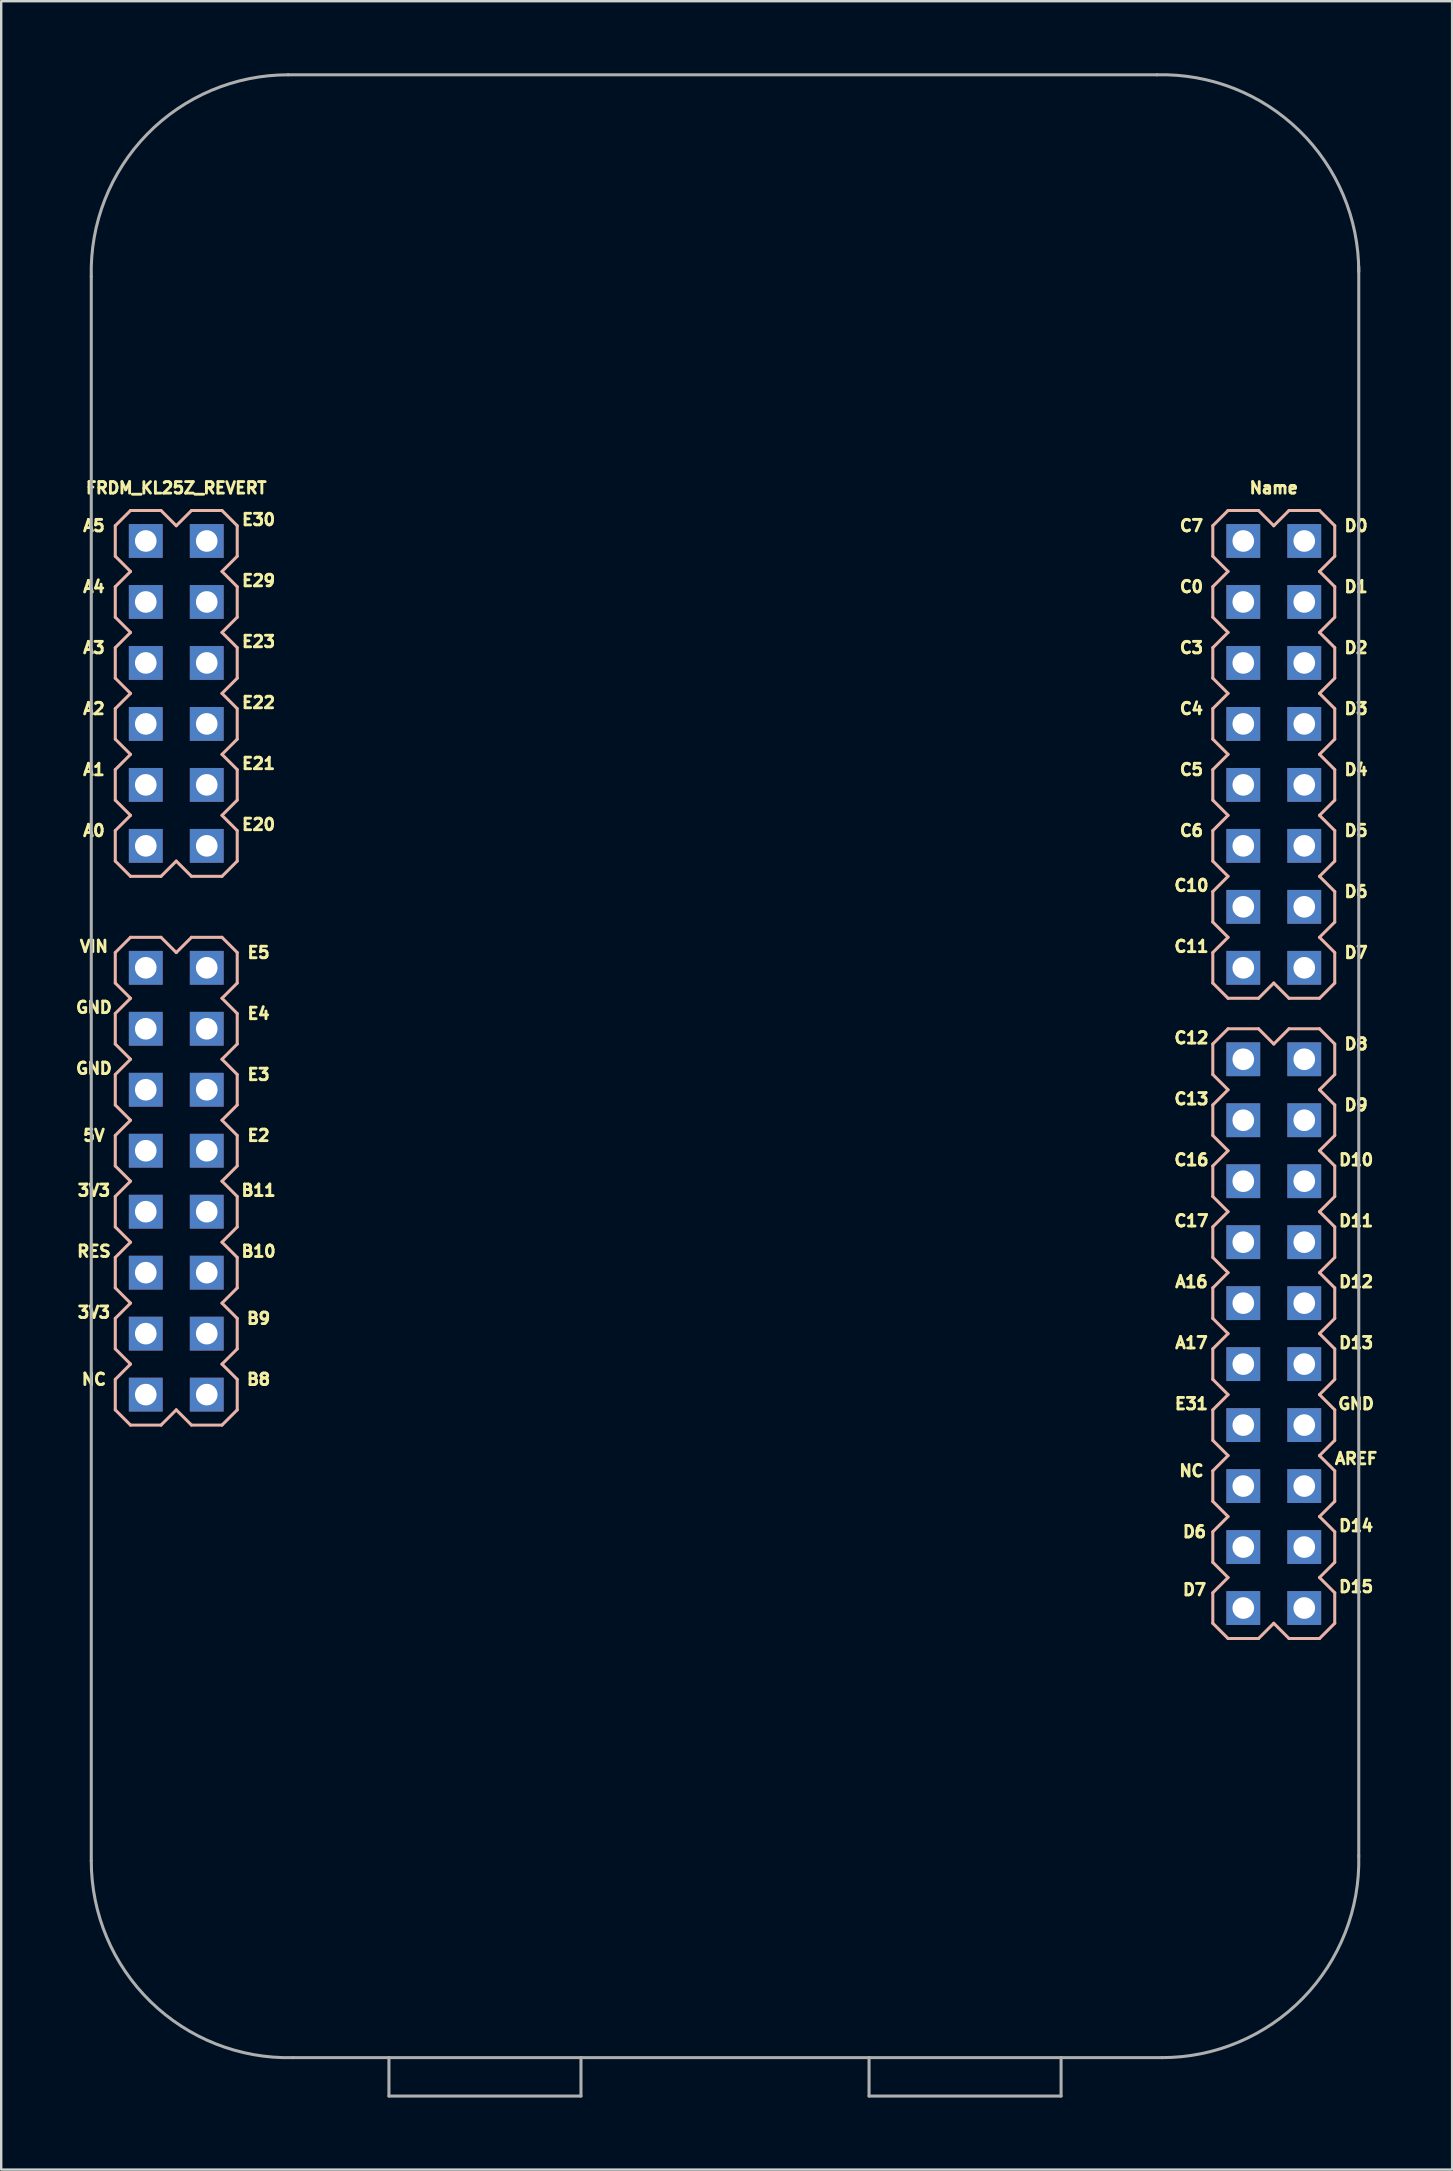
<source format=kicad_pcb>
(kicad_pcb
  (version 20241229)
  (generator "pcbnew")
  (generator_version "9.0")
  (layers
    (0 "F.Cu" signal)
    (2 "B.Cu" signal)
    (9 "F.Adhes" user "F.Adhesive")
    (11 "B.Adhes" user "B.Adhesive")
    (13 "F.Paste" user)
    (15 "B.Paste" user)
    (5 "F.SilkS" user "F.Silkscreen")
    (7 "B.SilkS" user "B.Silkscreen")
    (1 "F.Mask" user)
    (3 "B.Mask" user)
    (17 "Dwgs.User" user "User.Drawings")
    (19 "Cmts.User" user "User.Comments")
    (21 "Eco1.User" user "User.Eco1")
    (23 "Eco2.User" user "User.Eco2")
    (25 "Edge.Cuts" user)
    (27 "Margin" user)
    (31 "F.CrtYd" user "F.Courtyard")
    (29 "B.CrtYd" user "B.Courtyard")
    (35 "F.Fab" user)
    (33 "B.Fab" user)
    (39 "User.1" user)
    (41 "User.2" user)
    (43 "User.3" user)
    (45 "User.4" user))
  (footprint "FRDM_KL25Z_REVERT"
    (layer "F.Cu")
    (at 27.152 37.266)
    (property "Reference" "FRDM_KL25Z_REVERT" (at -22.86 -19.99 0) (layer "F.SilkS") (effects (font (size 0.48 0.48) (thickness 0.15))))
    (attr through_hole)
    (fp_line (start -25.4 -18.415) (end -25.4 -17.145) (stroke (width 0.127) (type solid)) (layer "B.SilkS"))
    (fp_line (start -25.4 -17.145) (end -24.765 -16.51) (stroke (width 0.127) (type solid)) (layer "B.SilkS"))
    (fp_line (start -25.4 -15.875) (end -25.4 -14.605) (stroke (width 0.127) (type solid)) (layer "B.SilkS"))
    (fp_line (start -25.4 -14.605) (end -24.765 -13.97) (stroke (width 0.127) (type solid)) (layer "B.SilkS"))
    (fp_line (start -25.4 -13.335) (end -25.4 -12.065) (stroke (width 0.127) (type solid)) (layer "B.SilkS"))
    (fp_line (start -25.4 -12.065) (end -24.765 -11.43) (stroke (width 0.127) (type solid)) (layer "B.SilkS"))
    (fp_line (start -25.4 -10.795) (end -25.4 -9.525) (stroke (width 0.127) (type solid)) (layer "B.SilkS"))
    (fp_line (start -25.4 -9.525) (end -24.765 -8.89) (stroke (width 0.127) (type solid)) (layer "B.SilkS"))
    (fp_line (start -25.4 -8.255) (end -25.4 -6.985) (stroke (width 0.127) (type solid)) (layer "B.SilkS"))
    (fp_line (start -25.4 -6.985) (end -24.765 -6.35) (stroke (width 0.127) (type solid)) (layer "B.SilkS"))
    (fp_line (start -25.4 -5.715) (end -25.4 -4.445) (stroke (width 0.127) (type solid)) (layer "B.SilkS"))
    (fp_line (start -25.4 -4.445) (end -24.765 -3.81) (stroke (width 0.127) (type solid)) (layer "B.SilkS"))
    (fp_line (start -25.4 -0.635) (end -24.765 -1.27) (stroke (width 0.127) (type solid)) (layer "B.SilkS"))
    (fp_line (start -25.4 0.635) (end -25.4 -0.635) (stroke (width 0.127) (type solid)) (layer "B.SilkS"))
    (fp_line (start -25.4 1.905) (end -24.765 1.27) (stroke (width 0.127) (type solid)) (layer "B.SilkS"))
    (fp_line (start -25.4 3.175) (end -25.4 1.905) (stroke (width 0.127) (type solid)) (layer "B.SilkS"))
    (fp_line (start -25.4 4.445) (end -24.765 3.81) (stroke (width 0.127) (type solid)) (layer "B.SilkS"))
    (fp_line (start -25.4 5.715) (end -25.4 4.445) (stroke (width 0.127) (type solid)) (layer "B.SilkS"))
    (fp_line (start -25.4 6.985) (end -24.765 6.35) (stroke (width 0.127) (type solid)) (layer "B.SilkS"))
    (fp_line (start -25.4 8.255) (end -25.4 6.985) (stroke (width 0.127) (type solid)) (layer "B.SilkS"))
    (fp_line (start -25.4 9.525) (end -24.765 8.89) (stroke (width 0.127) (type solid)) (layer "B.SilkS"))
    (fp_line (start -25.4 10.795) (end -25.4 9.525) (stroke (width 0.127) (type solid)) (layer "B.SilkS"))
    (fp_line (start -25.4 12.065) (end -25.4 13.335) (stroke (width 0.127) (type solid)) (layer "B.SilkS"))
    (fp_line (start -25.4 12.065) (end -24.765 11.43) (stroke (width 0.127) (type solid)) (layer "B.SilkS"))
    (fp_line (start -25.4 14.605) (end -24.765 13.97) (stroke (width 0.127) (type solid)) (layer "B.SilkS"))
    (fp_line (start -25.4 15.875) (end -25.4 14.605) (stroke (width 0.127) (type solid)) (layer "B.SilkS"))
    (fp_line (start -25.4 17.145) (end -24.765 16.51) (stroke (width 0.127) (type solid)) (layer "B.SilkS"))
    (fp_line (start -25.4 18.415) (end -25.4 17.145) (stroke (width 0.127) (type solid)) (layer "B.SilkS"))
    (fp_line (start -24.765 -19.05) (end -25.4 -18.415) (stroke (width 0.127) (type solid)) (layer "B.SilkS"))
    (fp_line (start -24.765 -19.05) (end -23.495 -19.05) (stroke (width 0.127) (type solid)) (layer "B.SilkS"))
    (fp_line (start -24.765 -16.51) (end -25.4 -15.875) (stroke (width 0.127) (type solid)) (layer "B.SilkS"))
    (fp_line (start -24.765 -13.97) (end -25.4 -13.335) (stroke (width 0.127) (type solid)) (layer "B.SilkS"))
    (fp_line (start -24.765 -11.43) (end -25.4 -10.795) (stroke (width 0.127) (type solid)) (layer "B.SilkS"))
    (fp_line (start -24.765 -8.89) (end -25.4 -8.255) (stroke (width 0.127) (type solid)) (layer "B.SilkS"))
    (fp_line (start -24.765 -6.35) (end -25.4 -5.715) (stroke (width 0.127) (type solid)) (layer "B.SilkS"))
    (fp_line (start -24.765 -3.81) (end -23.495 -3.81) (stroke (width 0.127) (type solid)) (layer "B.SilkS"))
    (fp_line (start -24.765 1.27) (end -25.4 0.635) (stroke (width 0.127) (type solid)) (layer "B.SilkS"))
    (fp_line (start -24.765 3.81) (end -25.4 3.175) (stroke (width 0.127) (type solid)) (layer "B.SilkS"))
    (fp_line (start -24.765 6.35) (end -25.4 5.715) (stroke (width 0.127) (type solid)) (layer "B.SilkS"))
    (fp_line (start -24.765 8.89) (end -25.4 8.255) (stroke (width 0.127) (type solid)) (layer "B.SilkS"))
    (fp_line (start -24.765 11.43) (end -25.4 10.795) (stroke (width 0.127) (type solid)) (layer "B.SilkS"))
    (fp_line (start -24.765 13.97) (end -25.4 13.335) (stroke (width 0.127) (type solid)) (layer "B.SilkS"))
    (fp_line (start -24.765 16.51) (end -25.4 15.875) (stroke (width 0.127) (type solid)) (layer "B.SilkS"))
    (fp_line (start -24.765 19.05) (end -25.4 18.415) (stroke (width 0.127) (type solid)) (layer "B.SilkS"))
    (fp_line (start -23.495 -19.05) (end -22.86 -18.415) (stroke (width 0.127) (type solid)) (layer "B.SilkS"))
    (fp_line (start -23.495 -1.27) (end -24.765 -1.27) (stroke (width 0.127) (type solid)) (layer "B.SilkS"))
    (fp_line (start -23.495 -1.27) (end -22.86 -0.635) (stroke (width 0.127) (type solid)) (layer "B.SilkS"))
    (fp_line (start -23.495 19.05) (end -24.765 19.05) (stroke (width 0.127) (type solid)) (layer "B.SilkS"))
    (fp_line (start -22.86 -18.415) (end -22.225 -19.05) (stroke (width 0.127) (type solid)) (layer "B.SilkS"))
    (fp_line (start -22.86 -4.445) (end -23.495 -3.81) (stroke (width 0.127) (type solid)) (layer "B.SilkS"))
    (fp_line (start -22.86 -0.635) (end -22.225 -1.27) (stroke (width 0.127) (type solid)) (layer "B.SilkS"))
    (fp_line (start -22.86 18.415) (end -23.495 19.05) (stroke (width 0.127) (type solid)) (layer "B.SilkS"))
    (fp_line (start -22.225 -19.05) (end -20.955 -19.05) (stroke (width 0.127) (type solid)) (layer "B.SilkS"))
    (fp_line (start -22.225 -3.81) (end -22.86 -4.445) (stroke (width 0.127) (type solid)) (layer "B.SilkS"))
    (fp_line (start -22.225 19.05) (end -22.86 18.415) (stroke (width 0.127) (type solid)) (layer "B.SilkS"))
    (fp_line (start -20.955 -19.05) (end -20.32 -18.415) (stroke (width 0.127) (type solid)) (layer "B.SilkS"))
    (fp_line (start -20.955 -16.51) (end -20.32 -15.875) (stroke (width 0.127) (type solid)) (layer "B.SilkS"))
    (fp_line (start -20.955 -13.97) (end -20.32 -13.335) (stroke (width 0.127) (type solid)) (layer "B.SilkS"))
    (fp_line (start -20.955 -11.43) (end -20.32 -10.795) (stroke (width 0.127) (type solid)) (layer "B.SilkS"))
    (fp_line (start -20.955 -8.89) (end -20.32 -8.255) (stroke (width 0.127) (type solid)) (layer "B.SilkS"))
    (fp_line (start -20.955 -6.35) (end -20.32 -5.715) (stroke (width 0.127) (type solid)) (layer "B.SilkS"))
    (fp_line (start -20.955 -3.81) (end -22.225 -3.81) (stroke (width 0.127) (type solid)) (layer "B.SilkS"))
    (fp_line (start -20.955 -1.27) (end -22.225 -1.27) (stroke (width 0.127) (type solid)) (layer "B.SilkS"))
    (fp_line (start -20.955 -1.27) (end -20.32 -0.635) (stroke (width 0.127) (type solid)) (layer "B.SilkS"))
    (fp_line (start -20.955 1.27) (end -20.32 1.905) (stroke (width 0.127) (type solid)) (layer "B.SilkS"))
    (fp_line (start -20.955 3.81) (end -20.32 4.445) (stroke (width 0.127) (type solid)) (layer "B.SilkS"))
    (fp_line (start -20.955 6.35) (end -20.32 6.985) (stroke (width 0.127) (type solid)) (layer "B.SilkS"))
    (fp_line (start -20.955 8.89) (end -20.32 9.525) (stroke (width 0.127) (type solid)) (layer "B.SilkS"))
    (fp_line (start -20.955 11.43) (end -20.32 12.065) (stroke (width 0.127) (type solid)) (layer "B.SilkS"))
    (fp_line (start -20.955 13.97) (end -20.32 14.605) (stroke (width 0.127) (type solid)) (layer "B.SilkS"))
    (fp_line (start -20.955 16.51) (end -20.32 17.145) (stroke (width 0.127) (type solid)) (layer "B.SilkS"))
    (fp_line (start -20.955 19.05) (end -22.225 19.05) (stroke (width 0.127) (type solid)) (layer "B.SilkS"))
    (fp_line (start -20.32 -18.415) (end -20.32 -17.145) (stroke (width 0.127) (type solid)) (layer "B.SilkS"))
    (fp_line (start -20.32 -17.145) (end -20.955 -16.51) (stroke (width 0.127) (type solid)) (layer "B.SilkS"))
    (fp_line (start -20.32 -15.875) (end -20.32 -14.605) (stroke (width 0.127) (type solid)) (layer "B.SilkS"))
    (fp_line (start -20.32 -14.605) (end -20.955 -13.97) (stroke (width 0.127) (type solid)) (layer "B.SilkS"))
    (fp_line (start -20.32 -13.335) (end -20.32 -12.065) (stroke (width 0.127) (type solid)) (layer "B.SilkS"))
    (fp_line (start -20.32 -12.065) (end -20.955 -11.43) (stroke (width 0.127) (type solid)) (layer "B.SilkS"))
    (fp_line (start -20.32 -10.795) (end -20.32 -9.525) (stroke (width 0.127) (type solid)) (layer "B.SilkS"))
    (fp_line (start -20.32 -9.525) (end -20.955 -8.89) (stroke (width 0.127) (type solid)) (layer "B.SilkS"))
    (fp_line (start -20.32 -8.255) (end -20.32 -6.985) (stroke (width 0.127) (type solid)) (layer "B.SilkS"))
    (fp_line (start -20.32 -6.985) (end -20.955 -6.35) (stroke (width 0.127) (type solid)) (layer "B.SilkS"))
    (fp_line (start -20.32 -5.715) (end -20.32 -4.445) (stroke (width 0.127) (type solid)) (layer "B.SilkS"))
    (fp_line (start -20.32 -4.445) (end -20.955 -3.81) (stroke (width 0.127) (type solid)) (layer "B.SilkS"))
    (fp_line (start -20.32 -0.635) (end -20.32 0.635) (stroke (width 0.127) (type solid)) (layer "B.SilkS"))
    (fp_line (start -20.32 0.635) (end -20.955 1.27) (stroke (width 0.127) (type solid)) (layer "B.SilkS"))
    (fp_line (start -20.32 1.905) (end -20.32 3.175) (stroke (width 0.127) (type solid)) (layer "B.SilkS"))
    (fp_line (start -20.32 3.175) (end -20.955 3.81) (stroke (width 0.127) (type solid)) (layer "B.SilkS"))
    (fp_line (start -20.32 4.445) (end -20.32 5.715) (stroke (width 0.127) (type solid)) (layer "B.SilkS"))
    (fp_line (start -20.32 5.715) (end -20.955 6.35) (stroke (width 0.127) (type solid)) (layer "B.SilkS"))
    (fp_line (start -20.32 6.985) (end -20.32 8.255) (stroke (width 0.127) (type solid)) (layer "B.SilkS"))
    (fp_line (start -20.32 8.255) (end -20.955 8.89) (stroke (width 0.127) (type solid)) (layer "B.SilkS"))
    (fp_line (start -20.32 9.525) (end -20.32 10.795) (stroke (width 0.127) (type solid)) (layer "B.SilkS"))
    (fp_line (start -20.32 10.795) (end -20.955 11.43) (stroke (width 0.127) (type solid)) (layer "B.SilkS"))
    (fp_line (start -20.32 12.065) (end -20.32 13.335) (stroke (width 0.127) (type solid)) (layer "B.SilkS"))
    (fp_line (start -20.32 13.335) (end -20.955 13.97) (stroke (width 0.127) (type solid)) (layer "B.SilkS"))
    (fp_line (start -20.32 14.605) (end -20.32 15.875) (stroke (width 0.127) (type solid)) (layer "B.SilkS"))
    (fp_line (start -20.32 15.875) (end -20.955 16.51) (stroke (width 0.127) (type solid)) (layer "B.SilkS"))
    (fp_line (start -20.32 18.415) (end -20.955 19.05) (stroke (width 0.127) (type solid)) (layer "B.SilkS"))
    (fp_line (start -20.32 18.415) (end -20.32 17.145) (stroke (width 0.127) (type solid)) (layer "B.SilkS"))
    (fp_line (start 20.32 -18.415) (end 20.955 -19.05) (stroke (width 0.127) (type solid)) (layer "B.SilkS"))
    (fp_line (start 20.32 -17.145) (end 20.32 -18.415) (stroke (width 0.127) (type solid)) (layer "B.SilkS"))
    (fp_line (start 20.32 -15.875) (end 20.955 -16.51) (stroke (width 0.127) (type solid)) (layer "B.SilkS"))
    (fp_line (start 20.32 -14.605) (end 20.32 -15.875) (stroke (width 0.127) (type solid)) (layer "B.SilkS"))
    (fp_line (start 20.32 -13.335) (end 20.955 -13.97) (stroke (width 0.127) (type solid)) (layer "B.SilkS"))
    (fp_line (start 20.32 -12.065) (end 20.32 -13.335) (stroke (width 0.127) (type solid)) (layer "B.SilkS"))
    (fp_line (start 20.32 -10.795) (end 20.955 -11.43) (stroke (width 0.127) (type solid)) (layer "B.SilkS"))
    (fp_line (start 20.32 -9.525) (end 20.32 -10.795) (stroke (width 0.127) (type solid)) (layer "B.SilkS"))
    (fp_line (start 20.32 -8.255) (end 20.955 -8.89) (stroke (width 0.127) (type solid)) (layer "B.SilkS"))
    (fp_line (start 20.32 -6.985) (end 20.32 -8.255) (stroke (width 0.127) (type solid)) (layer "B.SilkS"))
    (fp_line (start 20.32 -5.715) (end 20.955 -6.35) (stroke (width 0.127) (type solid)) (layer "B.SilkS"))
    (fp_line (start 20.32 -4.445) (end 20.32 -5.715) (stroke (width 0.127) (type solid)) (layer "B.SilkS"))
    (fp_line (start 20.32 -3.175) (end 20.955 -3.81) (stroke (width 0.127) (type solid)) (layer "B.SilkS"))
    (fp_line (start 20.32 -1.905) (end 20.32 -3.175) (stroke (width 0.127) (type solid)) (layer "B.SilkS"))
    (fp_line (start 20.32 -0.635) (end 20.955 -1.27) (stroke (width 0.127) (type solid)) (layer "B.SilkS"))
    (fp_line (start 20.32 0.635) (end 20.32 -0.635) (stroke (width 0.127) (type solid)) (layer "B.SilkS"))
    (fp_line (start 20.32 3.175) (end 20.955 2.54) (stroke (width 0.127) (type solid)) (layer "B.SilkS"))
    (fp_line (start 20.32 4.445) (end 20.32 3.175) (stroke (width 0.127) (type solid)) (layer "B.SilkS"))
    (fp_line (start 20.32 5.715) (end 20.955 5.08) (stroke (width 0.127) (type solid)) (layer "B.SilkS"))
    (fp_line (start 20.32 6.985) (end 20.32 5.715) (stroke (width 0.127) (type solid)) (layer "B.SilkS"))
    (fp_line (start 20.32 8.255) (end 20.955 7.62) (stroke (width 0.127) (type solid)) (layer "B.SilkS"))
    (fp_line (start 20.32 9.525) (end 20.32 8.255) (stroke (width 0.127) (type solid)) (layer "B.SilkS"))
    (fp_line (start 20.32 10.795) (end 20.955 10.16) (stroke (width 0.127) (type solid)) (layer "B.SilkS"))
    (fp_line (start 20.32 12.065) (end 20.32 10.795) (stroke (width 0.127) (type solid)) (layer "B.SilkS"))
    (fp_line (start 20.32 13.335) (end 20.955 12.7) (stroke (width 0.127) (type solid)) (layer "B.SilkS"))
    (fp_line (start 20.32 14.605) (end 20.32 13.335) (stroke (width 0.127) (type solid)) (layer "B.SilkS"))
    (fp_line (start 20.32 15.875) (end 20.955 15.24) (stroke (width 0.127) (type solid)) (layer "B.SilkS"))
    (fp_line (start 20.32 17.145) (end 20.32 15.875) (stroke (width 0.127) (type solid)) (layer "B.SilkS"))
    (fp_line (start 20.32 18.415) (end 20.955 17.78) (stroke (width 0.127) (type solid)) (layer "B.SilkS"))
    (fp_line (start 20.32 19.685) (end 20.32 18.415) (stroke (width 0.127) (type solid)) (layer "B.SilkS"))
    (fp_line (start 20.32 20.955) (end 20.955 20.32) (stroke (width 0.127) (type solid)) (layer "B.SilkS"))
    (fp_line (start 20.32 22.225) (end 20.32 20.955) (stroke (width 0.127) (type solid)) (layer "B.SilkS"))
    (fp_line (start 20.32 23.495) (end 20.955 22.86) (stroke (width 0.127) (type solid)) (layer "B.SilkS"))
    (fp_line (start 20.32 24.765) (end 20.32 23.495) (stroke (width 0.127) (type solid)) (layer "B.SilkS"))
    (fp_line (start 20.32 26.035) (end 20.955 25.4) (stroke (width 0.127) (type solid)) (layer "B.SilkS"))
    (fp_line (start 20.32 27.305) (end 20.32 26.035) (stroke (width 0.127) (type solid)) (layer "B.SilkS"))
    (fp_line (start 20.955 -19.05) (end 22.225 -19.05) (stroke (width 0.127) (type solid)) (layer "B.SilkS"))
    (fp_line (start 20.955 -16.51) (end 20.32 -17.145) (stroke (width 0.127) (type solid)) (layer "B.SilkS"))
    (fp_line (start 20.955 -13.97) (end 20.32 -14.605) (stroke (width 0.127) (type solid)) (layer "B.SilkS"))
    (fp_line (start 20.955 -11.43) (end 20.32 -12.065) (stroke (width 0.127) (type solid)) (layer "B.SilkS"))
    (fp_line (start 20.955 -8.89) (end 20.32 -9.525) (stroke (width 0.127) (type solid)) (layer "B.SilkS"))
    (fp_line (start 20.955 -6.35) (end 20.32 -6.985) (stroke (width 0.127) (type solid)) (layer "B.SilkS"))
    (fp_line (start 20.955 -3.81) (end 20.32 -4.445) (stroke (width 0.127) (type solid)) (layer "B.SilkS"))
    (fp_line (start 20.955 -1.27) (end 20.32 -1.905) (stroke (width 0.127) (type solid)) (layer "B.SilkS"))
    (fp_line (start 20.955 1.27) (end 20.32 0.635) (stroke (width 0.127) (type solid)) (layer "B.SilkS"))
    (fp_line (start 20.955 5.08) (end 20.32 4.445) (stroke (width 0.127) (type solid)) (layer "B.SilkS"))
    (fp_line (start 20.955 7.62) (end 20.32 6.985) (stroke (width 0.127) (type solid)) (layer "B.SilkS"))
    (fp_line (start 20.955 10.16) (end 20.32 9.525) (stroke (width 0.127) (type solid)) (layer "B.SilkS"))
    (fp_line (start 20.955 12.7) (end 20.32 12.065) (stroke (width 0.127) (type solid)) (layer "B.SilkS"))
    (fp_line (start 20.955 15.24) (end 20.32 14.605) (stroke (width 0.127) (type solid)) (layer "B.SilkS"))
    (fp_line (start 20.955 17.78) (end 20.32 17.145) (stroke (width 0.127) (type solid)) (layer "B.SilkS"))
    (fp_line (start 20.955 20.32) (end 20.32 19.685) (stroke (width 0.127) (type solid)) (layer "B.SilkS"))
    (fp_line (start 20.955 22.86) (end 20.32 22.225) (stroke (width 0.127) (type solid)) (layer "B.SilkS"))
    (fp_line (start 20.955 25.4) (end 20.32 24.765) (stroke (width 0.127) (type solid)) (layer "B.SilkS"))
    (fp_line (start 20.955 27.94) (end 20.32 27.305) (stroke (width 0.127) (type solid)) (layer "B.SilkS"))
    (fp_line (start 22.225 -19.05) (end 22.86 -18.415) (stroke (width 0.127) (type solid)) (layer "B.SilkS"))
    (fp_line (start 22.225 1.27) (end 20.955 1.27) (stroke (width 0.127) (type solid)) (layer "B.SilkS"))
    (fp_line (start 22.225 2.54) (end 20.955 2.54) (stroke (width 0.127) (type solid)) (layer "B.SilkS"))
    (fp_line (start 22.225 2.54) (end 22.86 3.175) (stroke (width 0.127) (type solid)) (layer "B.SilkS"))
    (fp_line (start 22.225 27.94) (end 20.955 27.94) (stroke (width 0.127) (type solid)) (layer "B.SilkS"))
    (fp_line (start 22.86 -18.415) (end 23.495 -19.05) (stroke (width 0.127) (type solid)) (layer "B.SilkS"))
    (fp_line (start 22.86 0.635) (end 22.225 1.27) (stroke (width 0.127) (type solid)) (layer "B.SilkS"))
    (fp_line (start 22.86 3.175) (end 23.495 2.54) (stroke (width 0.127) (type solid)) (layer "B.SilkS"))
    (fp_line (start 22.86 27.305) (end 22.225 27.94) (stroke (width 0.127) (type solid)) (layer "B.SilkS"))
    (fp_line (start 23.495 -19.05) (end 24.765 -19.05) (stroke (width 0.127) (type solid)) (layer "B.SilkS"))
    (fp_line (start 23.495 1.27) (end 22.86 0.635) (stroke (width 0.127) (type solid)) (layer "B.SilkS"))
    (fp_line (start 23.495 27.94) (end 22.86 27.305) (stroke (width 0.127) (type solid)) (layer "B.SilkS"))
    (fp_line (start 24.765 -19.05) (end 25.4 -18.415) (stroke (width 0.127) (type solid)) (layer "B.SilkS"))
    (fp_line (start 24.765 -16.51) (end 25.4 -15.875) (stroke (width 0.127) (type solid)) (layer "B.SilkS"))
    (fp_line (start 24.765 -13.97) (end 25.4 -13.335) (stroke (width 0.127) (type solid)) (layer "B.SilkS"))
    (fp_line (start 24.765 -11.43) (end 25.4 -10.795) (stroke (width 0.127) (type solid)) (layer "B.SilkS"))
    (fp_line (start 24.765 -8.89) (end 25.4 -8.255) (stroke (width 0.127) (type solid)) (layer "B.SilkS"))
    (fp_line (start 24.765 -6.35) (end 25.4 -5.715) (stroke (width 0.127) (type solid)) (layer "B.SilkS"))
    (fp_line (start 24.765 -3.81) (end 25.4 -3.175) (stroke (width 0.127) (type solid)) (layer "B.SilkS"))
    (fp_line (start 24.765 -1.27) (end 25.4 -0.635) (stroke (width 0.127) (type solid)) (layer "B.SilkS"))
    (fp_line (start 24.765 1.27) (end 23.495 1.27) (stroke (width 0.127) (type solid)) (layer "B.SilkS"))
    (fp_line (start 24.765 2.54) (end 23.495 2.54) (stroke (width 0.127) (type solid)) (layer "B.SilkS"))
    (fp_line (start 24.765 2.54) (end 25.4 3.175) (stroke (width 0.127) (type solid)) (layer "B.SilkS"))
    (fp_line (start 24.765 5.08) (end 25.4 5.715) (stroke (width 0.127) (type solid)) (layer "B.SilkS"))
    (fp_line (start 24.765 7.62) (end 25.4 8.255) (stroke (width 0.127) (type solid)) (layer "B.SilkS"))
    (fp_line (start 24.765 10.16) (end 25.4 10.795) (stroke (width 0.127) (type solid)) (layer "B.SilkS"))
    (fp_line (start 24.765 12.7) (end 25.4 13.335) (stroke (width 0.127) (type solid)) (layer "B.SilkS"))
    (fp_line (start 24.765 15.24) (end 25.4 15.875) (stroke (width 0.127) (type solid)) (layer "B.SilkS"))
    (fp_line (start 24.765 17.78) (end 25.4 18.415) (stroke (width 0.127) (type solid)) (layer "B.SilkS"))
    (fp_line (start 24.765 20.32) (end 25.4 20.955) (stroke (width 0.127) (type solid)) (layer "B.SilkS"))
    (fp_line (start 24.765 22.86) (end 25.4 23.495) (stroke (width 0.127) (type solid)) (layer "B.SilkS"))
    (fp_line (start 24.765 25.4) (end 25.4 26.035) (stroke (width 0.127) (type solid)) (layer "B.SilkS"))
    (fp_line (start 24.765 27.94) (end 23.495 27.94) (stroke (width 0.127) (type solid)) (layer "B.SilkS"))
    (fp_line (start 25.4 -18.415) (end 25.4 -17.145) (stroke (width 0.127) (type solid)) (layer "B.SilkS"))
    (fp_line (start 25.4 -17.145) (end 24.765 -16.51) (stroke (width 0.127) (type solid)) (layer "B.SilkS"))
    (fp_line (start 25.4 -15.875) (end 25.4 -14.605) (stroke (width 0.127) (type solid)) (layer "B.SilkS"))
    (fp_line (start 25.4 -14.605) (end 24.765 -13.97) (stroke (width 0.127) (type solid)) (layer "B.SilkS"))
    (fp_line (start 25.4 -13.335) (end 25.4 -12.065) (stroke (width 0.127) (type solid)) (layer "B.SilkS"))
    (fp_line (start 25.4 -12.065) (end 24.765 -11.43) (stroke (width 0.127) (type solid)) (layer "B.SilkS"))
    (fp_line (start 25.4 -10.795) (end 25.4 -9.525) (stroke (width 0.127) (type solid)) (layer "B.SilkS"))
    (fp_line (start 25.4 -9.525) (end 24.765 -8.89) (stroke (width 0.127) (type solid)) (layer "B.SilkS"))
    (fp_line (start 25.4 -8.255) (end 25.4 -6.985) (stroke (width 0.127) (type solid)) (layer "B.SilkS"))
    (fp_line (start 25.4 -6.985) (end 24.765 -6.35) (stroke (width 0.127) (type solid)) (layer "B.SilkS"))
    (fp_line (start 25.4 -5.715) (end 25.4 -4.445) (stroke (width 0.127) (type solid)) (layer "B.SilkS"))
    (fp_line (start 25.4 -4.445) (end 24.765 -3.81) (stroke (width 0.127) (type solid)) (layer "B.SilkS"))
    (fp_line (start 25.4 -3.175) (end 25.4 -1.905) (stroke (width 0.127) (type solid)) (layer "B.SilkS"))
    (fp_line (start 25.4 -1.905) (end 24.765 -1.27) (stroke (width 0.127) (type solid)) (layer "B.SilkS"))
    (fp_line (start 25.4 -0.635) (end 25.4 0.635) (stroke (width 0.127) (type solid)) (layer "B.SilkS"))
    (fp_line (start 25.4 0.635) (end 24.765 1.27) (stroke (width 0.127) (type solid)) (layer "B.SilkS"))
    (fp_line (start 25.4 3.175) (end 25.4 4.445) (stroke (width 0.127) (type solid)) (layer "B.SilkS"))
    (fp_line (start 25.4 4.445) (end 24.765 5.08) (stroke (width 0.127) (type solid)) (layer "B.SilkS"))
    (fp_line (start 25.4 5.715) (end 25.4 6.985) (stroke (width 0.127) (type solid)) (layer "B.SilkS"))
    (fp_line (start 25.4 6.985) (end 24.765 7.62) (stroke (width 0.127) (type solid)) (layer "B.SilkS"))
    (fp_line (start 25.4 8.255) (end 25.4 9.525) (stroke (width 0.127) (type solid)) (layer "B.SilkS"))
    (fp_line (start 25.4 9.525) (end 24.765 10.16) (stroke (width 0.127) (type solid)) (layer "B.SilkS"))
    (fp_line (start 25.4 10.795) (end 25.4 12.065) (stroke (width 0.127) (type solid)) (layer "B.SilkS"))
    (fp_line (start 25.4 12.065) (end 24.765 12.7) (stroke (width 0.127) (type solid)) (layer "B.SilkS"))
    (fp_line (start 25.4 13.335) (end 25.4 14.605) (stroke (width 0.127) (type solid)) (layer "B.SilkS"))
    (fp_line (start 25.4 14.605) (end 24.765 15.24) (stroke (width 0.127) (type solid)) (layer "B.SilkS"))
    (fp_line (start 25.4 15.875) (end 25.4 17.145) (stroke (width 0.127) (type solid)) (layer "B.SilkS"))
    (fp_line (start 25.4 17.145) (end 24.765 17.78) (stroke (width 0.127) (type solid)) (layer "B.SilkS"))
    (fp_line (start 25.4 18.415) (end 25.4 19.685) (stroke (width 0.127) (type solid)) (layer "B.SilkS"))
    (fp_line (start 25.4 19.685) (end 24.765 20.32) (stroke (width 0.127) (type solid)) (layer "B.SilkS"))
    (fp_line (start 25.4 20.955) (end 25.4 22.225) (stroke (width 0.127) (type solid)) (layer "B.SilkS"))
    (fp_line (start 25.4 22.225) (end 24.765 22.86) (stroke (width 0.127) (type solid)) (layer "B.SilkS"))
    (fp_line (start 25.4 23.495) (end 25.4 24.765) (stroke (width 0.127) (type solid)) (layer "B.SilkS"))
    (fp_line (start 25.4 24.765) (end 24.765 25.4) (stroke (width 0.127) (type solid)) (layer "B.SilkS"))
    (fp_line (start 25.4 27.305) (end 24.765 27.94) (stroke (width 0.127) (type solid)) (layer "B.SilkS"))
    (fp_line (start 25.4 27.305) (end 25.4 26.035) (stroke (width 0.127) (type solid)) (layer "B.SilkS"))
    (fp_line (start -26.4 -28.8) (end -26.4 37.2) (stroke (width 0.127) (type solid)) (layer "F.Fab"))
    (fp_line (start -14 45.4) (end -18 45.4) (stroke (width 0.127) (type solid)) (layer "F.Fab"))
    (fp_line (start -14 45.4) (end -14 47) (stroke (width 0.127) (type solid)) (layer "F.Fab"))
    (fp_line (start -14 47) (end -6 47) (stroke (width 0.127) (type solid)) (layer "F.Fab"))
    (fp_line (start -6 45.4) (end -14 45.4) (stroke (width 0.127) (type solid)) (layer "F.Fab"))
    (fp_line (start -6 47) (end -6 45.4) (stroke (width 0.127) (type solid)) (layer "F.Fab"))
    (fp_line (start 6 45.4) (end -6 45.4) (stroke (width 0.127) (type solid)) (layer "F.Fab"))
    (fp_line (start 6 47) (end 6 45.4) (stroke (width 0.127) (type solid)) (layer "F.Fab"))
    (fp_line (start 14 45.4) (end 6 45.4) (stroke (width 0.127) (type solid)) (layer "F.Fab"))
    (fp_line (start 14 45.4) (end 14 47) (stroke (width 0.127) (type solid)) (layer "F.Fab"))
    (fp_line (start 14 47) (end 6 47) (stroke (width 0.127) (type solid)) (layer "F.Fab"))
    (fp_line (start 18 -37.2) (end -18.2 -37.2) (stroke (width 0.127) (type solid)) (layer "F.Fab"))
    (fp_line (start 18.2 45.4) (end 14 45.4) (stroke (width 0.127) (type solid)) (layer "F.Fab"))
    (fp_line (start 26.4 -29.2) (end 26.4 37) (stroke (width 0.127) (type solid)) (layer "F.Fab"))
    (fp_arc (start -26.4 -28.8) (mid -24.069771 -34.727634) (end -18.2 -37.2) (stroke (width 0.127) (type solid)) (layer "F.Fab"))
    (fp_arc (start -18 45.4) (mid -23.927634 43.069771) (end -26.4 37.2) (stroke (width 0.127) (type solid)) (layer "F.Fab"))
    (fp_arc (start 18 -37.2) (mid 23.927634 -34.869771) (end 26.4 -29) (stroke (width 0.127) (type solid)) (layer "F.Fab"))
    (fp_arc (start 26.4 37) (mid 24.069771 42.927634) (end 18.2 45.4) (stroke (width 0.127) (type solid)) (layer "F.Fab"))
    (fp_text user "D4" (at 26.289 -8.255 0) (layer "F.SilkS") (effects (font (size 0.48 0.48) (thickness 0.15))))
    (fp_text user "D14" (at 26.289 23.241 0) (layer "F.SilkS") (effects (font (size 0.48 0.48) (thickness 0.15))))
    (fp_text user "B8" (at -19.431 17.145 0) (layer "F.SilkS") (effects (font (size 0.48 0.48) (thickness 0.15))))
    (fp_text user "D5" (at 26.289 -5.715 0) (layer "F.SilkS") (effects (font (size 0.48 0.48) (thickness 0.15))))
    (fp_text user "A1" (at -26.289 -8.255 0) (layer "F.SilkS") (effects (font (size 0.48 0.48) (thickness 0.15))))
    (fp_text user "VIN" (at -26.289 -0.889 0) (layer "F.SilkS") (effects (font (size 0.48 0.48) (thickness 0.15))))
    (fp_text user "D12" (at 26.289 13.081 0) (layer "F.SilkS") (effects (font (size 0.48 0.48) (thickness 0.15))))
    (fp_text user "C3" (at 19.431 -13.335 0) (layer "F.SilkS") (effects (font (size 0.48 0.48) (thickness 0.15))))
    (fp_text user "C16" (at 19.431 8.001 0) (layer "F.SilkS") (effects (font (size 0.48 0.48) (thickness 0.15))))
    (fp_text user "3V3" (at -26.289 9.271 0) (layer "F.SilkS") (effects (font (size 0.48 0.48) (thickness 0.15))))
    (fp_text user "E23" (at -19.431 -13.589 0) (layer "F.SilkS") (effects (font (size 0.48 0.48) (thickness 0.15))))
    (fp_text user "E4" (at -19.431 1.905 0) (layer "F.SilkS") (effects (font (size 0.48 0.48) (thickness 0.15))))
    (fp_text user "B10" (at -19.431 11.811 0) (layer "F.SilkS") (effects (font (size 0.48 0.48) (thickness 0.15))))
    (fp_text user "E29" (at -19.431 -16.129 0) (layer "F.SilkS") (effects (font (size 0.48 0.48) (thickness 0.15))))
    (fp_text user "C5" (at 19.431 -8.255 0) (layer "F.SilkS") (effects (font (size 0.48 0.48) (thickness 0.15))))
    (fp_text user "NC" (at 19.431 20.955 0) (layer "F.SilkS") (effects (font (size 0.48 0.48) (thickness 0.15))))
    (fp_text user "A17" (at 19.431 15.621 0) (layer "F.SilkS") (effects (font (size 0.48 0.48) (thickness 0.15))))
    (fp_text user "A5" (at -26.289 -18.415 0) (layer "F.SilkS") (effects (font (size 0.48 0.48) (thickness 0.15))))
    (fp_text user "C0" (at 19.431 -15.875 0) (layer "F.SilkS") (effects (font (size 0.48 0.48) (thickness 0.15))))
    (fp_text user "NC" (at -26.289 17.145 0) (layer "F.SilkS") (effects (font (size 0.48 0.48) (thickness 0.15))))
    (fp_text user "E22" (at -19.431 -11.049 0) (layer "F.SilkS") (effects (font (size 0.48 0.48) (thickness 0.15))))
    (fp_text user "Name" (at 22.86 -19.99 0) (layer "F.SilkS") (effects (font (size 0.48 0.48) (thickness 0.15))))
    (fp_text user "D7" (at 26.289 -0.635 0) (layer "F.SilkS") (effects (font (size 0.48 0.48) (thickness 0.15))))
    (fp_text user "GND" (at -26.289 1.651 0) (layer "F.SilkS") (effects (font (size 0.48 0.48) (thickness 0.15))))
    (fp_text user "D11" (at 26.289 10.541 0) (layer "F.SilkS") (effects (font (size 0.48 0.48) (thickness 0.15))))
    (fp_text user "C17" (at 19.431 10.541 0) (layer "F.SilkS") (effects (font (size 0.48 0.48) (thickness 0.15))))
    (fp_text user "E3" (at -19.431 4.445 0) (layer "F.SilkS") (effects (font (size 0.48 0.48) (thickness 0.15))))
    (fp_text user "A4" (at -26.289 -15.875 0) (layer "F.SilkS") (effects (font (size 0.48 0.48) (thickness 0.15))))
    (fp_text user "3V3" (at -26.289 14.351 0) (layer "F.SilkS") (effects (font (size 0.48 0.48) (thickness 0.15))))
    (fp_text user "C11" (at 19.431 -0.889 0) (layer "F.SilkS") (effects (font (size 0.48 0.48) (thickness 0.15))))
    (fp_text user "AREF" (at 26.289 20.447 0) (layer "F.SilkS") (effects (font (size 0.48 0.48) (thickness 0.15))))
    (fp_text user "C6" (at 19.431 -5.715 0) (layer "F.SilkS") (effects (font (size 0.48 0.48) (thickness 0.15))))
    (fp_text user "D13" (at 26.289 15.621 0) (layer "F.SilkS") (effects (font (size 0.48 0.48) (thickness 0.15))))
    (fp_text user "B9" (at -19.431 14.605 0) (layer "F.SilkS") (effects (font (size 0.48 0.48) (thickness 0.15))))
    (fp_text user "D0" (at 26.289 -18.415 0) (layer "F.SilkS") (effects (font (size 0.48 0.48) (thickness 0.15))))
    (fp_text user "D6" (at 19.558 23.495 0) (layer "F.SilkS") (effects (font (size 0.48 0.48) (thickness 0.15))))
    (fp_text user "A0" (at -26.289 -5.715 0) (layer "F.SilkS") (effects (font (size 0.48 0.48) (thickness 0.15))))
    (fp_text user "C13" (at 19.431 5.461 0) (layer "F.SilkS") (effects (font (size 0.48 0.48) (thickness 0.15))))
    (fp_text user "D7" (at 19.558 25.908 0) (layer "F.SilkS") (effects (font (size 0.48 0.48) (thickness 0.15))))
    (fp_text user "E31" (at 19.431 18.161 0) (layer "F.SilkS") (effects (font (size 0.48 0.48) (thickness 0.15))))
    (fp_text user "A16" (at 19.431 13.081 0) (layer "F.SilkS") (effects (font (size 0.48 0.48) (thickness 0.15))))
    (fp_text user "E30" (at -19.431 -18.669 0) (layer "F.SilkS") (effects (font (size 0.48 0.48) (thickness 0.15))))
    (fp_text user "GND" (at 26.289 18.161 0) (layer "F.SilkS") (effects (font (size 0.48 0.48) (thickness 0.15))))
    (fp_text user "C10" (at 19.431 -3.429 0) (layer "F.SilkS") (effects (font (size 0.48 0.48) (thickness 0.15))))
    (fp_text user "C4" (at 19.431 -10.795 0) (layer "F.SilkS") (effects (font (size 0.48 0.48) (thickness 0.15))))
    (fp_text user "RES" (at -26.289 11.811 0) (layer "F.SilkS") (effects (font (size 0.48 0.48) (thickness 0.15))))
    (fp_text user "A3" (at -26.289 -13.335 0) (layer "F.SilkS") (effects (font (size 0.48 0.48) (thickness 0.15))))
    (fp_text user "D9" (at 26.289 5.715 0) (layer "F.SilkS") (effects (font (size 0.48 0.48) (thickness 0.15))))
    (fp_text user "A2" (at -26.289 -10.795 0) (layer "F.SilkS") (effects (font (size 0.48 0.48) (thickness 0.15))))
    (fp_text user "D8" (at 26.289 3.175 0) (layer "F.SilkS") (effects (font (size 0.48 0.48) (thickness 0.15))))
    (fp_text user "D2" (at 26.289 -13.335 0) (layer "F.SilkS") (effects (font (size 0.48 0.48) (thickness 0.15))))
    (fp_text user "C7" (at 19.431 -18.415 0) (layer "F.SilkS") (effects (font (size 0.48 0.48) (thickness 0.15))))
    (fp_text user "D3" (at 26.289 -10.795 0) (layer "F.SilkS") (effects (font (size 0.48 0.48) (thickness 0.15))))
    (fp_text user "D6" (at 26.289 -3.175 0) (layer "F.SilkS") (effects (font (size 0.48 0.48) (thickness 0.15))))
    (fp_text user "E20" (at -19.431 -5.969 0) (layer "F.SilkS") (effects (font (size 0.48 0.48) (thickness 0.15))))
    (fp_text user "D15" (at 26.289 25.781 0) (layer "F.SilkS") (effects (font (size 0.48 0.48) (thickness 0.15))))
    (fp_text user "D10" (at 26.289 8.001 0) (layer "F.SilkS") (effects (font (size 0.48 0.48) (thickness 0.15))))
    (fp_text user "E5" (at -19.431 -0.635 0) (layer "F.SilkS") (effects (font (size 0.48 0.48) (thickness 0.15))))
    (fp_text user "E21" (at -19.431 -8.509 0) (layer "F.SilkS") (effects (font (size 0.48 0.48) (thickness 0.15))))
    (fp_text user "D1" (at 26.289 -15.875 0) (layer "F.SilkS") (effects (font (size 0.48 0.48) (thickness 0.15))))
    (fp_text user "E2" (at -19.431 6.985 0) (layer "F.SilkS") (effects (font (size 0.48 0.48) (thickness 0.15))))
    (fp_text user "B11" (at -19.431 9.271 0) (layer "F.SilkS") (effects (font (size 0.48 0.48) (thickness 0.15))))
    (fp_text user "5V" (at -26.289 6.985 0) (layer "F.SilkS") (effects (font (size 0.48 0.48) (thickness 0.15))))
    (fp_text user "C12" (at 19.431 2.921 0) (layer "F.SilkS") (effects (font (size 0.48 0.48) (thickness 0.15))))
    (fp_text user "GND" (at -26.289 4.191 0) (layer "F.SilkS") (effects (font (size 0.48 0.48) (thickness 0.15))))
    (pad "3V3" thru_hole rect (at -24.13 15.24) (size 1.408 1.408) (drill 0.9) (layers "*.Cu" "*.Mask"))
    (pad "5V" thru_hole rect (at -24.13 7.62) (size 1.408 1.408) (drill 0.9) (layers "*.Cu" "*.Mask"))
    (pad "A0" thru_hole rect (at -24.13 -5.08) (size 1.408 1.408) (drill 0.9) (layers "*.Cu" "*.Mask"))
    (pad "A1" thru_hole rect (at -24.13 -7.62) (size 1.408 1.408) (drill 0.9) (layers "*.Cu" "*.Mask"))
    (pad "A2" thru_hole rect (at -24.13 -10.16) (size 1.408 1.408) (drill 0.9) (layers "*.Cu" "*.Mask"))
    (pad "A3" thru_hole rect (at -24.13 -12.7) (size 1.408 1.408) (drill 0.9) (layers "*.Cu" "*.Mask"))
    (pad "A4" thru_hole rect (at -24.13 -15.24) (size 1.408 1.408) (drill 0.9) (layers "*.Cu" "*.Mask"))
    (pad "A5" thru_hole rect (at -24.13 -17.78) (size 1.408 1.408) (drill 0.9) (layers "*.Cu" "*.Mask"))
    (pad "AREF" thru_hole rect (at 24.13 21.59) (size 1.408 1.408) (drill 0.9) (layers "*.Cu" "*.Mask"))
    (pad "D0" thru_hole rect (at 24.13 -17.78) (size 1.408 1.408) (drill 0.9) (layers "*.Cu" "*.Mask"))
    (pad "D1" thru_hole rect (at 24.13 -15.24) (size 1.408 1.408) (drill 0.9) (layers "*.Cu" "*.Mask"))
    (pad "D2" thru_hole rect (at 24.13 -12.7) (size 1.408 1.408) (drill 0.9) (layers "*.Cu" "*.Mask"))
    (pad "D3" thru_hole rect (at 24.13 -10.16) (size 1.408 1.408) (drill 0.9) (layers "*.Cu" "*.Mask"))
    (pad "D4" thru_hole rect (at 24.13 -7.62) (size 1.408 1.408) (drill 0.9) (layers "*.Cu" "*.Mask"))
    (pad "D5" thru_hole rect (at 24.13 -5.08) (size 1.408 1.408) (drill 0.9) (layers "*.Cu" "*.Mask"))
    (pad "D6" thru_hole rect (at 24.13 -2.54) (size 1.408 1.408) (drill 0.9) (layers "*.Cu" "*.Mask"))
    (pad "D7" thru_hole rect (at 24.13 0) (size 1.408 1.408) (drill 0.9) (layers "*.Cu" "*.Mask"))
    (pad "D8" thru_hole rect (at 24.13 3.81) (size 1.408 1.408) (drill 0.9) (layers "*.Cu" "*.Mask"))
    (pad "D9" thru_hole rect (at 24.13 6.35) (size 1.408 1.408) (drill 0.9) (layers "*.Cu" "*.Mask"))
    (pad "D10" thru_hole rect (at 24.13 8.89) (size 1.408 1.408) (drill 0.9) (layers "*.Cu" "*.Mask"))
    (pad "D11" thru_hole rect (at 24.13 11.43) (size 1.408 1.408) (drill 0.9) (layers "*.Cu" "*.Mask"))
    (pad "D12" thru_hole rect (at 24.13 13.97) (size 1.408 1.408) (drill 0.9) (layers "*.Cu" "*.Mask"))
    (pad "D13" thru_hole rect (at 24.13 16.51) (size 1.408 1.408) (drill 0.9) (layers "*.Cu" "*.Mask"))
    (pad "D14" thru_hole rect (at 24.13 24.13) (size 1.408 1.408) (drill 0.9) (layers "*.Cu" "*.Mask"))
    (pad "D15" thru_hole rect (at 24.13 26.67) (size 1.408 1.408) (drill 0.9) (layers "*.Cu" "*.Mask"))
    (pad "GND0" thru_hole rect (at -24.13 2.54) (size 1.408 1.408) (drill 0.9) (layers "*.Cu" "*.Mask"))
    (pad "GND1" thru_hole rect (at -24.13 5.08) (size 1.408 1.408) (drill 0.9) (layers "*.Cu" "*.Mask"))
    (pad "GND2" thru_hole rect (at 24.13 19.05) (size 1.408 1.408) (drill 0.9) (layers "*.Cu" "*.Mask"))
    (pad "NC1" thru_hole rect (at -24.13 17.78) (size 1.408 1.408) (drill 0.9) (layers "*.Cu" "*.Mask"))
    (pad "NC2" thru_hole rect (at 21.59 21.59) (size 1.408 1.408) (drill 0.9) (layers "*.Cu" "*.Mask"))
    (pad "P3V3" thru_hole rect (at -24.13 10.16) (size 1.408 1.408) (drill 0.9) (layers "*.Cu" "*.Mask"))
    (pad "PTA16" thru_hole rect (at 21.59 13.97) (size 1.408 1.408) (drill 0.9) (layers "*.Cu" "*.Mask"))
    (pad "PTA17" thru_hole rect (at 21.59 16.51) (size 1.408 1.408) (drill 0.9) (layers "*.Cu" "*.Mask"))
    (pad "PTB8" thru_hole rect (at -21.59 17.78) (size 1.408 1.408) (drill 0.9) (layers "*.Cu" "*.Mask"))
    (pad "PTB9" thru_hole rect (at -21.59 15.24) (size 1.408 1.408) (drill 0.9) (layers "*.Cu" "*.Mask"))
    (pad "PTB10" thru_hole rect (at -21.59 12.7) (size 1.408 1.408) (drill 0.9) (layers "*.Cu" "*.Mask"))
    (pad "PTB11" thru_hole rect (at -21.59 10.16) (size 1.408 1.408) (drill 0.9) (layers "*.Cu" "*.Mask"))
    (pad "PTC0" thru_hole rect (at 21.59 -15.24) (size 1.408 1.408) (drill 0.9) (layers "*.Cu" "*.Mask"))
    (pad "PTC3" thru_hole rect (at 21.59 -12.7) (size 1.408 1.408) (drill 0.9) (layers "*.Cu" "*.Mask"))
    (pad "PTC4" thru_hole rect (at 21.59 -10.16) (size 1.408 1.408) (drill 0.9) (layers "*.Cu" "*.Mask"))
    (pad "PTC5" thru_hole rect (at 21.59 -7.62) (size 1.408 1.408) (drill 0.9) (layers "*.Cu" "*.Mask"))
    (pad "PTC6" thru_hole rect (at 21.59 -5.08) (size 1.408 1.408) (drill 0.9) (layers "*.Cu" "*.Mask"))
    (pad "PTC7" thru_hole rect (at 21.59 -17.78) (size 1.408 1.408) (drill 0.9) (layers "*.Cu" "*.Mask"))
    (pad "PTC10" thru_hole rect (at 21.59 -2.54) (size 1.408 1.408) (drill 0.9) (layers "*.Cu" "*.Mask"))
    (pad "PTC11" thru_hole rect (at 21.59 0) (size 1.408 1.408) (drill 0.9) (layers "*.Cu" "*.Mask"))
    (pad "PTC12" thru_hole rect (at 21.59 3.81) (size 1.408 1.408) (drill 0.9) (layers "*.Cu" "*.Mask"))
    (pad "PTC13" thru_hole rect (at 21.59 6.35) (size 1.408 1.408) (drill 0.9) (layers "*.Cu" "*.Mask"))
    (pad "PTC16" thru_hole rect (at 21.59 8.89) (size 1.408 1.408) (drill 0.9) (layers "*.Cu" "*.Mask"))
    (pad "PTC17" thru_hole rect (at 21.59 11.43) (size 1.408 1.408) (drill 0.9) (layers "*.Cu" "*.Mask"))
    (pad "PTD6" thru_hole rect (at 21.59 24.13) (size 1.408 1.408) (drill 0.9) (layers "*.Cu" "*.Mask"))
    (pad "PTD7" thru_hole rect (at 21.59 26.67) (size 1.408 1.408) (drill 0.9) (layers "*.Cu" "*.Mask"))
    (pad "PTE2" thru_hole rect (at -21.59 7.62) (size 1.408 1.408) (drill 0.9) (layers "*.Cu" "*.Mask"))
    (pad "PTE3" thru_hole rect (at -21.59 5.08) (size 1.408 1.408) (drill 0.9) (layers "*.Cu" "*.Mask"))
    (pad "PTE4" thru_hole rect (at -21.59 2.54) (size 1.408 1.408) (drill 0.9) (layers "*.Cu" "*.Mask"))
    (pad "PTE5" thru_hole rect (at -21.59 0) (size 1.408 1.408) (drill 0.9) (layers "*.Cu" "*.Mask"))
    (pad "PTE20" thru_hole rect (at -21.59 -5.08) (size 1.408 1.408) (drill 0.9) (layers "*.Cu" "*.Mask"))
    (pad "PTE21" thru_hole rect (at -21.59 -7.62) (size 1.408 1.408) (drill 0.9) (layers "*.Cu" "*.Mask"))
    (pad "PTE22" thru_hole rect (at -21.59 -10.16) (size 1.408 1.408) (drill 0.9) (layers "*.Cu" "*.Mask"))
    (pad "PTE23" thru_hole rect (at -21.59 -12.7) (size 1.408 1.408) (drill 0.9) (layers "*.Cu" "*.Mask"))
    (pad "PTE29" thru_hole rect (at -21.59 -15.24) (size 1.408 1.408) (drill 0.9) (layers "*.Cu" "*.Mask"))
    (pad "PTE30" thru_hole rect (at -21.59 -17.78) (size 1.408 1.408) (drill 0.9) (layers "*.Cu" "*.Mask"))
    (pad "PTE31" thru_hole rect (at 21.59 19.05) (size 1.408 1.408) (drill 0.9) (layers "*.Cu" "*.Mask"))
    (pad "RESET" thru_hole rect (at -24.13 12.7) (size 1.408 1.408) (drill 0.9) (layers "*.Cu" "*.Mask"))
    (pad "VIN" thru_hole rect (at -24.13 0) (size 1.408 1.408) (drill 0.9) (layers "*.Cu" "*.Mask")))
  (gr_rect
    (start -3 -3)
    (end 57.442 87.329)
    (stroke (width 0.1) (type default))
    (fill no)
    (layer "Edge.Cuts")))
</source>
